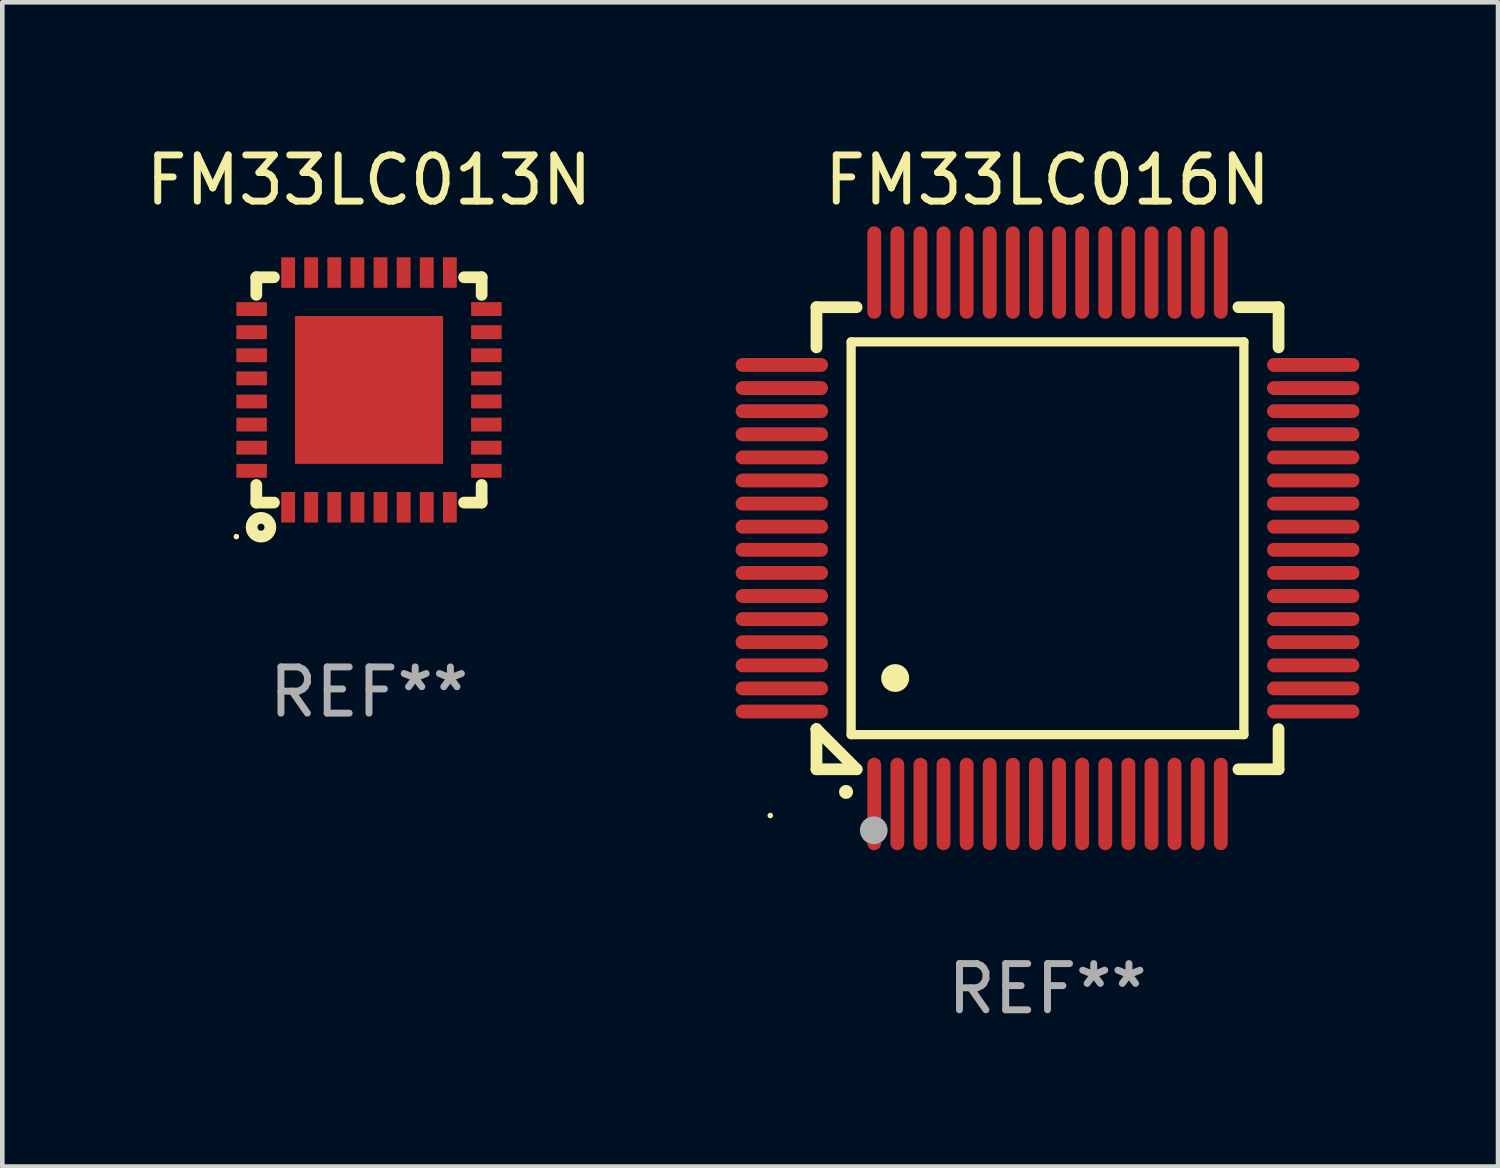
<source format=kicad_pcb>
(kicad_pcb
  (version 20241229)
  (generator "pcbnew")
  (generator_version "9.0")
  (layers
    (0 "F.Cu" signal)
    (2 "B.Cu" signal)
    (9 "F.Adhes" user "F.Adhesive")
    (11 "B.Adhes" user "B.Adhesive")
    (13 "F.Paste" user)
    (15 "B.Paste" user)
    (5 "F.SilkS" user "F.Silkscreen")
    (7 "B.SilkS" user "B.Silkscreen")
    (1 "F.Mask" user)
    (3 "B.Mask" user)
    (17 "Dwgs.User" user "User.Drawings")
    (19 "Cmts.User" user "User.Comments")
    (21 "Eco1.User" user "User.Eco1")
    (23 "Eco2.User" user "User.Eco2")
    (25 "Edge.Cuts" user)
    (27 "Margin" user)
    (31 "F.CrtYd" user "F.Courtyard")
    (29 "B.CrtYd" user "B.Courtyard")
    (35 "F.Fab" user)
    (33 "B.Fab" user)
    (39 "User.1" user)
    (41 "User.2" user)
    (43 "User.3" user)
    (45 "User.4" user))
  (footprint "FM33LC016N"
    (layer "F.Cu")
    (at 19.619 8.598)
    (property "Reference" "FM33LC016N" (at 0 -7.75 0) (layer "F.SilkS") (effects (font (size 1 1) (thickness 0.15))))
    (attr through_hole)
    (fp_line (start -5 -5) (end -4.131 -5) (stroke (width 0.254) (type solid)) (layer "F.SilkS"))
    (fp_line (start -5 -4.131) (end -5 -5) (stroke (width 0.254) (type solid)) (layer "F.SilkS"))
    (fp_line (start -5 4.131) (end -5 4.131) (stroke (width 0.254) (type solid)) (layer "F.SilkS"))
    (fp_line (start -5 5) (end -5 4.131) (stroke (width 0.254) (type solid)) (layer "F.SilkS"))
    (fp_line (start -5 4.131) (end -4.131 5) (stroke (width 0.254) (type solid)) (layer "F.SilkS"))
    (fp_line (start -4.25 -4.25) (end -4.25 4.25) (stroke (width 0.2) (type solid)) (layer "F.SilkS"))
    (fp_line (start -4.25 4.25) (end 4.25 4.25) (stroke (width 0.2) (type solid)) (layer "F.SilkS"))
    (fp_line (start -4.131 5) (end -5 5) (stroke (width 0.254) (type solid)) (layer "F.SilkS"))
    (fp_line (start 4.25 -4.25) (end -4.25 -4.25) (stroke (width 0.2) (type solid)) (layer "F.SilkS"))
    (fp_line (start 4.25 4.25) (end 4.25 -4.25) (stroke (width 0.2) (type solid)) (layer "F.SilkS"))
    (fp_line (start 5 -5) (end 4.131 -5) (stroke (width 0.254) (type solid)) (layer "F.SilkS"))
    (fp_line (start 5 -5) (end 5 -4.131) (stroke (width 0.254) (type solid)) (layer "F.SilkS"))
    (fp_line (start 5 4.131) (end 5 5) (stroke (width 0.254) (type solid)) (layer "F.SilkS"))
    (fp_line (start 5 5) (end 4.131 5) (stroke (width 0.254) (type solid)) (layer "F.SilkS"))
    (fp_arc (start -4.361265 5.489992) (mid -4.359995 5.489987) (end -4.358725 5.489992) (stroke (width 0.3) (type solid)) (layer "F.SilkS"))
    (fp_arc (start -3.299467 3.025146) (mid -3.296927 3.025135) (end -3.294387 3.025146) (stroke (width 0.6) (type solid)) (layer "F.SilkS"))
    (fp_circle (center -6 6) (end -5.97 6) (stroke (width 0.06) (type solid)) (fill no) (layer "F.SilkS"))
    (fp_circle (center -3.76 6.32) (end -3.61 6.32) (stroke (width 0.3) (type solid)) (fill no) (layer "F.Fab"))
    (fp_text user "REF**" (at 0 9.75 0) (layer "F.Fab") (effects (font (size 1 1) (thickness 0.15))))
    (pad "1" smd oval (at -3.75 5.75) (size 0.3 2) (layers "F.Cu" "F.Mask" "F.Paste"))
    (pad "2" smd oval (at -3.25 5.75) (size 0.3 2) (layers "F.Cu" "F.Mask" "F.Paste"))
    (pad "3" smd oval (at -2.75 5.75) (size 0.3 2) (layers "F.Cu" "F.Mask" "F.Paste"))
    (pad "4" smd oval (at -2.25 5.75) (size 0.3 2) (layers "F.Cu" "F.Mask" "F.Paste"))
    (pad "5" smd oval (at -1.75 5.75) (size 0.3 2) (layers "F.Cu" "F.Mask" "F.Paste"))
    (pad "6" smd oval (at -1.25 5.75) (size 0.3 2) (layers "F.Cu" "F.Mask" "F.Paste"))
    (pad "7" smd oval (at -0.75 5.75) (size 0.3 2) (layers "F.Cu" "F.Mask" "F.Paste"))
    (pad "8" smd oval (at -0.25 5.75) (size 0.3 2) (layers "F.Cu" "F.Mask" "F.Paste"))
    (pad "9" smd oval (at 0.25 5.75) (size 0.3 2) (layers "F.Cu" "F.Mask" "F.Paste"))
    (pad "10" smd oval (at 0.75 5.75) (size 0.3 2) (layers "F.Cu" "F.Mask" "F.Paste"))
    (pad "11" smd oval (at 1.25 5.75) (size 0.3 2) (layers "F.Cu" "F.Mask" "F.Paste"))
    (pad "12" smd oval (at 1.75 5.75) (size 0.3 2) (layers "F.Cu" "F.Mask" "F.Paste"))
    (pad "13" smd oval (at 2.25 5.75) (size 0.3 2) (layers "F.Cu" "F.Mask" "F.Paste"))
    (pad "14" smd oval (at 2.75 5.75) (size 0.3 2) (layers "F.Cu" "F.Mask" "F.Paste"))
    (pad "15" smd oval (at 3.25 5.75) (size 0.3 2) (layers "F.Cu" "F.Mask" "F.Paste"))
    (pad "16" smd oval (at 3.75 5.75) (size 0.3 2) (layers "F.Cu" "F.Mask" "F.Paste"))
    (pad "17" smd oval (at 5.75 3.75) (size 2 0.3) (layers "F.Cu" "F.Mask" "F.Paste"))
    (pad "18" smd oval (at 5.75 3.25) (size 2 0.3) (layers "F.Cu" "F.Mask" "F.Paste"))
    (pad "19" smd oval (at 5.75 2.75) (size 2 0.3) (layers "F.Cu" "F.Mask" "F.Paste"))
    (pad "20" smd oval (at 5.75 2.25) (size 2 0.3) (layers "F.Cu" "F.Mask" "F.Paste"))
    (pad "21" smd oval (at 5.75 1.75) (size 2 0.3) (layers "F.Cu" "F.Mask" "F.Paste"))
    (pad "22" smd oval (at 5.75 1.25) (size 2 0.3) (layers "F.Cu" "F.Mask" "F.Paste"))
    (pad "23" smd oval (at 5.75 0.75) (size 2 0.3) (layers "F.Cu" "F.Mask" "F.Paste"))
    (pad "24" smd oval (at 5.75 0.25) (size 2 0.3) (layers "F.Cu" "F.Mask" "F.Paste"))
    (pad "25" smd oval (at 5.75 -0.25) (size 2 0.3) (layers "F.Cu" "F.Mask" "F.Paste"))
    (pad "26" smd oval (at 5.75 -0.75) (size 2 0.3) (layers "F.Cu" "F.Mask" "F.Paste"))
    (pad "27" smd oval (at 5.75 -1.25) (size 2 0.3) (layers "F.Cu" "F.Mask" "F.Paste"))
    (pad "28" smd oval (at 5.75 -1.75) (size 2 0.3) (layers "F.Cu" "F.Mask" "F.Paste"))
    (pad "29" smd oval (at 5.75 -2.25) (size 2 0.3) (layers "F.Cu" "F.Mask" "F.Paste"))
    (pad "30" smd oval (at 5.75 -2.75) (size 2 0.3) (layers "F.Cu" "F.Mask" "F.Paste"))
    (pad "31" smd oval (at 5.75 -3.25) (size 2 0.3) (layers "F.Cu" "F.Mask" "F.Paste"))
    (pad "32" smd oval (at 5.75 -3.75) (size 2 0.3) (layers "F.Cu" "F.Mask" "F.Paste"))
    (pad "33" smd oval (at 3.75 -5.75) (size 0.3 2) (layers "F.Cu" "F.Mask" "F.Paste"))
    (pad "34" smd oval (at 3.25 -5.75) (size 0.3 2) (layers "F.Cu" "F.Mask" "F.Paste"))
    (pad "35" smd oval (at 2.75 -5.75) (size 0.3 2) (layers "F.Cu" "F.Mask" "F.Paste"))
    (pad "36" smd oval (at 2.25 -5.75) (size 0.3 2) (layers "F.Cu" "F.Mask" "F.Paste"))
    (pad "37" smd oval (at 1.75 -5.75) (size 0.3 2) (layers "F.Cu" "F.Mask" "F.Paste"))
    (pad "38" smd oval (at 1.25 -5.75) (size 0.3 2) (layers "F.Cu" "F.Mask" "F.Paste"))
    (pad "39" smd oval (at 0.75 -5.75) (size 0.3 2) (layers "F.Cu" "F.Mask" "F.Paste"))
    (pad "40" smd oval (at 0.25 -5.75) (size 0.3 2) (layers "F.Cu" "F.Mask" "F.Paste"))
    (pad "41" smd oval (at -0.25 -5.75) (size 0.3 2) (layers "F.Cu" "F.Mask" "F.Paste"))
    (pad "42" smd oval (at -0.75 -5.75) (size 0.3 2) (layers "F.Cu" "F.Mask" "F.Paste"))
    (pad "43" smd oval (at -1.25 -5.75) (size 0.3 2) (layers "F.Cu" "F.Mask" "F.Paste"))
    (pad "44" smd oval (at -1.75 -5.75) (size 0.3 2) (layers "F.Cu" "F.Mask" "F.Paste"))
    (pad "45" smd oval (at -2.25 -5.75) (size 0.3 2) (layers "F.Cu" "F.Mask" "F.Paste"))
    (pad "46" smd oval (at -2.75 -5.75) (size 0.3 2) (layers "F.Cu" "F.Mask" "F.Paste"))
    (pad "47" smd oval (at -3.25 -5.75) (size 0.3 2) (layers "F.Cu" "F.Mask" "F.Paste"))
    (pad "48" smd oval (at -3.75 -5.75) (size 0.3 2) (layers "F.Cu" "F.Mask" "F.Paste"))
    (pad "49" smd oval (at -5.75 -3.75) (size 2 0.3) (layers "F.Cu" "F.Mask" "F.Paste"))
    (pad "50" smd oval (at -5.75 -3.25) (size 2 0.3) (layers "F.Cu" "F.Mask" "F.Paste"))
    (pad "51" smd oval (at -5.75 -2.75) (size 2 0.3) (layers "F.Cu" "F.Mask" "F.Paste"))
    (pad "52" smd oval (at -5.75 -2.25) (size 2 0.3) (layers "F.Cu" "F.Mask" "F.Paste"))
    (pad "53" smd oval (at -5.75 -1.75) (size 2 0.3) (layers "F.Cu" "F.Mask" "F.Paste"))
    (pad "54" smd oval (at -5.75 -1.25) (size 2 0.3) (layers "F.Cu" "F.Mask" "F.Paste"))
    (pad "55" smd oval (at -5.75 -0.75) (size 2 0.3) (layers "F.Cu" "F.Mask" "F.Paste"))
    (pad "56" smd oval (at -5.75 -0.25) (size 2 0.3) (layers "F.Cu" "F.Mask" "F.Paste"))
    (pad "57" smd oval (at -5.75 0.25) (size 2 0.3) (layers "F.Cu" "F.Mask" "F.Paste"))
    (pad "58" smd oval (at -5.75 0.75) (size 2 0.3) (layers "F.Cu" "F.Mask" "F.Paste"))
    (pad "59" smd oval (at -5.75 1.25) (size 2 0.3) (layers "F.Cu" "F.Mask" "F.Paste"))
    (pad "60" smd oval (at -5.75 1.75) (size 2 0.3) (layers "F.Cu" "F.Mask" "F.Paste"))
    (pad "61" smd oval (at -5.75 2.25) (size 2 0.3) (layers "F.Cu" "F.Mask" "F.Paste"))
    (pad "62" smd oval (at -5.75 2.75) (size 2 0.3) (layers "F.Cu" "F.Mask" "F.Paste"))
    (pad "63" smd oval (at -5.75 3.25) (size 2 0.3) (layers "F.Cu" "F.Mask" "F.Paste"))
    (pad "64" smd oval (at -5.75 3.75) (size 2 0.3) (layers "F.Cu" "F.Mask" "F.Paste")))
  (footprint "FM33LC013N"
    (layer "F.Cu")
    (at 4.935 5.388)
    (property "Reference" "FM33LC013N" (at 0 -4.54 0) (layer "F.SilkS") (effects (font (size 1 1) (thickness 0.15))))
    (attr through_hole)
    (fp_line (start -2.438 -2.438) (end -2.057 -2.438) (stroke (width 0.254) (type solid)) (layer "F.SilkS"))
    (fp_line (start -2.438 -2.057) (end -2.438 -2.438) (stroke (width 0.254) (type solid)) (layer "F.SilkS"))
    (fp_line (start -2.438 2.438) (end -2.438 2.057) (stroke (width 0.254) (type solid)) (layer "F.SilkS"))
    (fp_line (start -2.057 2.438) (end -2.438 2.438) (stroke (width 0.254) (type solid)) (layer "F.SilkS"))
    (fp_line (start 2.057 -2.438) (end 2.438 -2.438) (stroke (width 0.254) (type solid)) (layer "F.SilkS"))
    (fp_line (start 2.438 -2.438) (end 2.438 -2.057) (stroke (width 0.254) (type solid)) (layer "F.SilkS"))
    (fp_line (start 2.438 2.057) (end 2.438 2.438) (stroke (width 0.254) (type solid)) (layer "F.SilkS"))
    (fp_line (start 2.438 2.438) (end 2.057 2.438) (stroke (width 0.254) (type solid)) (layer "F.SilkS"))
    (fp_circle (center -2.87 3.175) (end -2.84 3.175) (stroke (width 0.06) (type solid)) (fill no) (layer "F.SilkS"))
    (fp_circle (center -2.337 2.972) (end -2.261 2.972) (stroke (width 0.254) (type solid)) (fill no) (layer "F.SilkS"))
    (fp_text user "REF**" (at 0 6.54 0) (layer "F.Fab") (effects (font (size 1 1) (thickness 0.15))))
    (pad "1" smd rect (at -1.75 2.54 90) (size 0.66 0.3) (layers "F.Cu" "F.Mask" "F.Paste"))
    (pad "2" smd rect (at -1.25 2.54 90) (size 0.66 0.3) (layers "F.Cu" "F.Mask" "F.Paste"))
    (pad "3" smd rect (at -0.75 2.54 90) (size 0.66 0.3) (layers "F.Cu" "F.Mask" "F.Paste"))
    (pad "4" smd rect (at -0.25 2.54 90) (size 0.66 0.3) (layers "F.Cu" "F.Mask" "F.Paste"))
    (pad "5" smd rect (at 0.25 2.54 90) (size 0.66 0.3) (layers "F.Cu" "F.Mask" "F.Paste"))
    (pad "6" smd rect (at 0.75 2.54 90) (size 0.66 0.3) (layers "F.Cu" "F.Mask" "F.Paste"))
    (pad "7" smd rect (at 1.25 2.54 90) (size 0.66 0.3) (layers "F.Cu" "F.Mask" "F.Paste"))
    (pad "8" smd rect (at 1.75 2.54 90) (size 0.66 0.3) (layers "F.Cu" "F.Mask" "F.Paste"))
    (pad "9" smd rect (at 2.54 1.75 90) (size 0.3 0.66) (layers "F.Cu" "F.Mask" "F.Paste"))
    (pad "10" smd rect (at 2.54 1.25 90) (size 0.3 0.66) (layers "F.Cu" "F.Mask" "F.Paste"))
    (pad "11" smd rect (at 2.54 0.75 90) (size 0.3 0.66) (layers "F.Cu" "F.Mask" "F.Paste"))
    (pad "12" smd rect (at 2.54 0.25 90) (size 0.3 0.66) (layers "F.Cu" "F.Mask" "F.Paste"))
    (pad "13" smd rect (at 2.54 -0.25 90) (size 0.3 0.66) (layers "F.Cu" "F.Mask" "F.Paste"))
    (pad "14" smd rect (at 2.54 -0.75 90) (size 0.3 0.66) (layers "F.Cu" "F.Mask" "F.Paste"))
    (pad "15" smd rect (at 2.54 -1.25 90) (size 0.3 0.66) (layers "F.Cu" "F.Mask" "F.Paste"))
    (pad "16" smd rect (at 2.54 -1.75 90) (size 0.3 0.66) (layers "F.Cu" "F.Mask" "F.Paste"))
    (pad "17" smd rect (at 1.75 -2.54 90) (size 0.66 0.3) (layers "F.Cu" "F.Mask" "F.Paste"))
    (pad "18" smd rect (at 1.25 -2.54 90) (size 0.66 0.3) (layers "F.Cu" "F.Mask" "F.Paste"))
    (pad "19" smd rect (at 0.75 -2.54 90) (size 0.66 0.3) (layers "F.Cu" "F.Mask" "F.Paste"))
    (pad "20" smd rect (at 0.25 -2.54 90) (size 0.66 0.3) (layers "F.Cu" "F.Mask" "F.Paste"))
    (pad "21" smd rect (at -0.25 -2.54 90) (size 0.66 0.3) (layers "F.Cu" "F.Mask" "F.Paste"))
    (pad "22" smd rect (at -0.75 -2.54 90) (size 0.66 0.3) (layers "F.Cu" "F.Mask" "F.Paste"))
    (pad "23" smd rect (at -1.25 -2.54 90) (size 0.66 0.3) (layers "F.Cu" "F.Mask" "F.Paste"))
    (pad "24" smd rect (at -1.75 -2.54 90) (size 0.66 0.3) (layers "F.Cu" "F.Mask" "F.Paste"))
    (pad "25" smd rect (at -2.54 -1.75 90) (size 0.3 0.66) (layers "F.Cu" "F.Mask" "F.Paste"))
    (pad "26" smd rect (at -2.54 -1.25 90) (size 0.3 0.66) (layers "F.Cu" "F.Mask" "F.Paste"))
    (pad "27" smd rect (at -2.54 -0.75 90) (size 0.3 0.66) (layers "F.Cu" "F.Mask" "F.Paste"))
    (pad "28" smd rect (at -2.54 -0.25 90) (size 0.3 0.66) (layers "F.Cu" "F.Mask" "F.Paste"))
    (pad "29" smd rect (at -2.54 0.25 90) (size 0.3 0.66) (layers "F.Cu" "F.Mask" "F.Paste"))
    (pad "30" smd rect (at -2.54 0.75 90) (size 0.3 0.66) (layers "F.Cu" "F.Mask" "F.Paste"))
    (pad "31" smd rect (at -2.54 1.25 90) (size 0.3 0.66) (layers "F.Cu" "F.Mask" "F.Paste"))
    (pad "32" smd rect (at -2.54 1.75 90) (size 0.3 0.66) (layers "F.Cu" "F.Mask" "F.Paste"))
    (pad "33" smd rect (at 0 0 90) (size 3.2 3.2) (layers "F.Cu" "F.Mask" "F.Paste")))
  (gr_rect
    (start -3 -3)
    (end 29.369 22.196)
    (stroke (width 0.1) (type default))
    (fill no)
    (layer "Edge.Cuts")))
</source>
